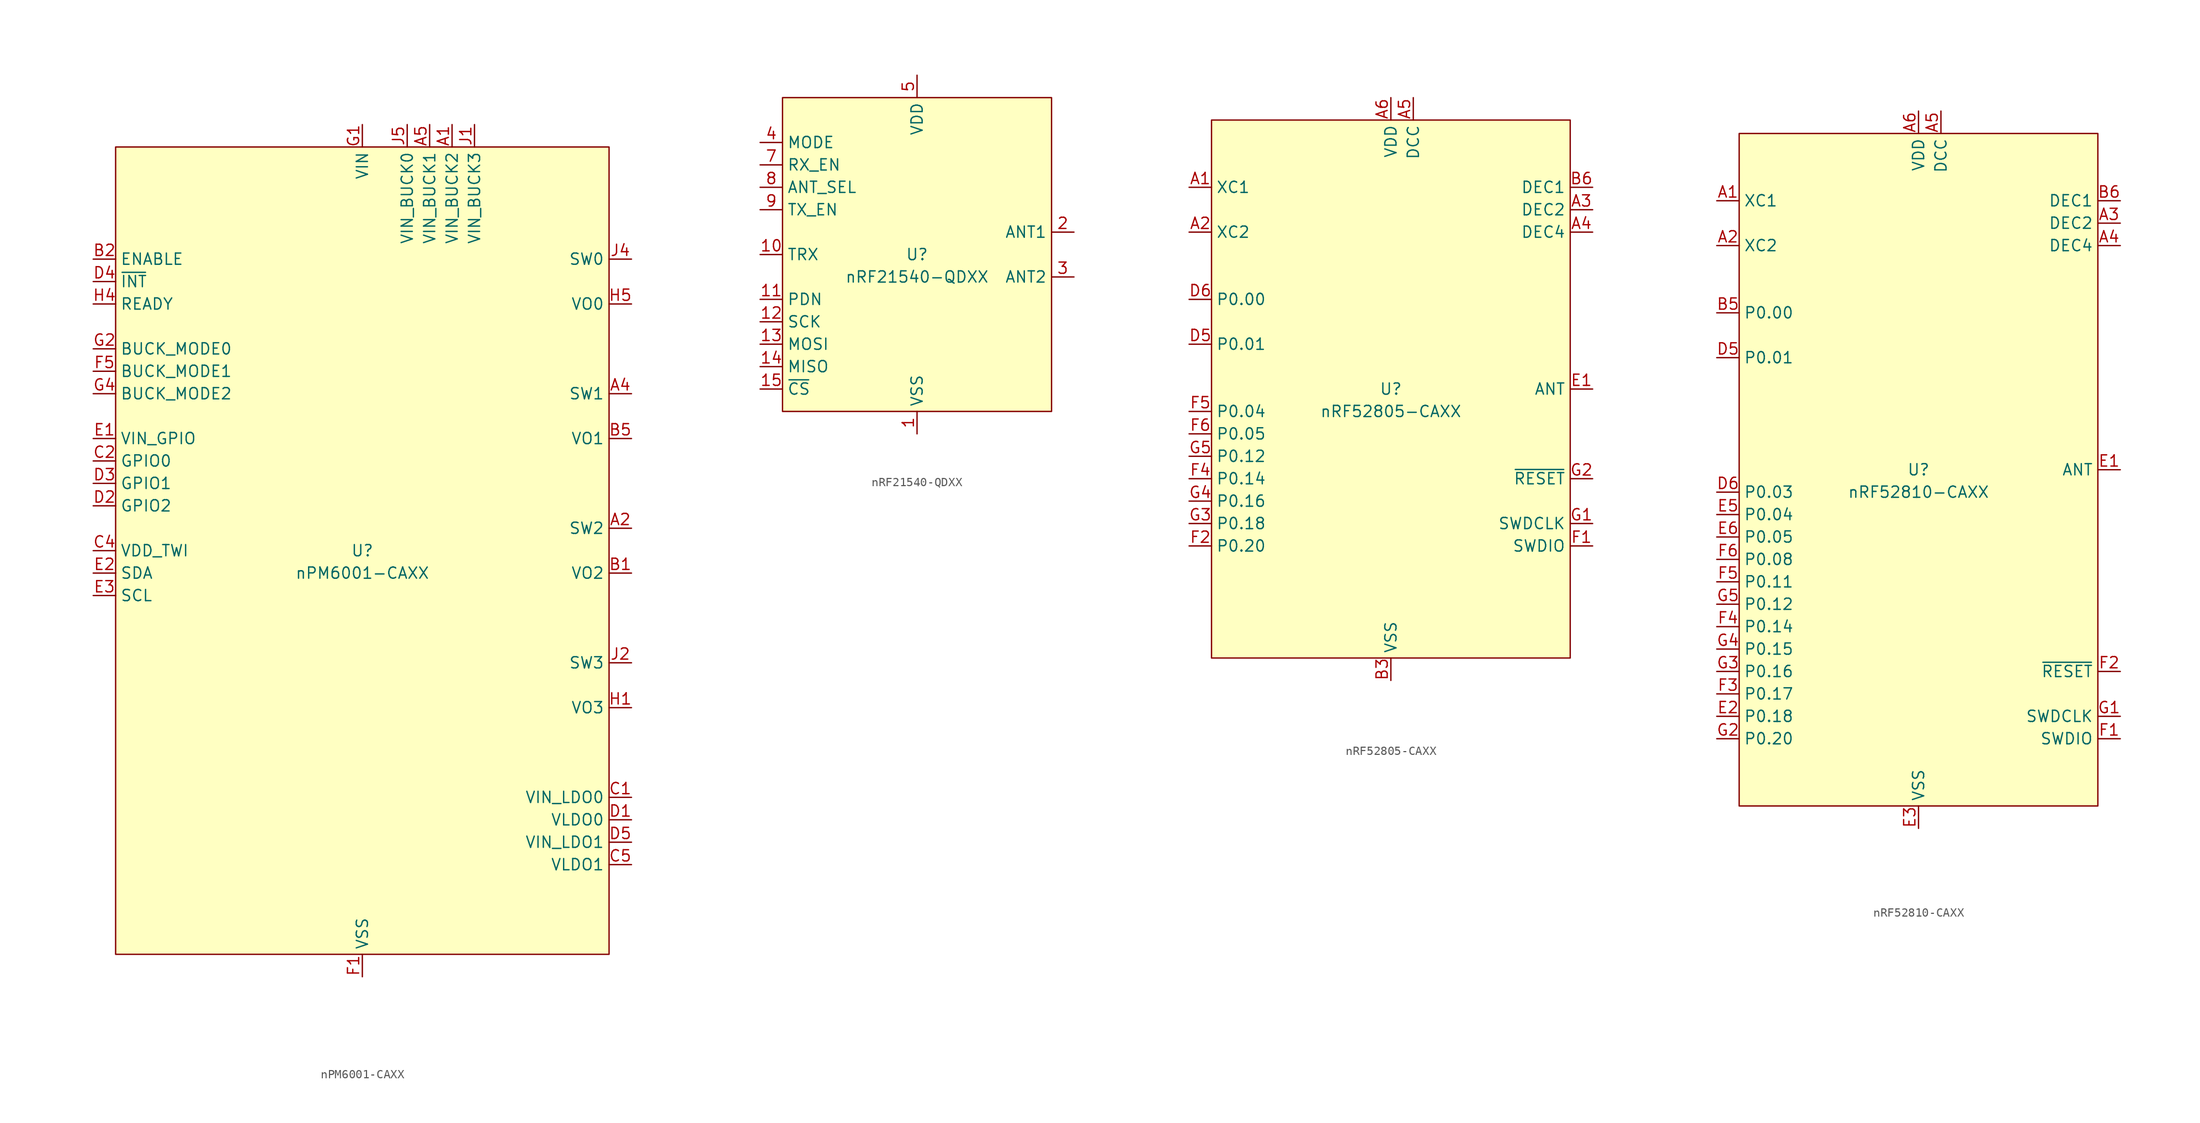
<source format=kicad_sym>
(kicad_symbol_lib
  (version 20241209)
  (generator "kicad_symbol_editor")
  (generator_version "9.0")
  (symbol "nPM6001-CAXX"
    (property "Reference" "U"
      (at 0 0 0)
      (do_not_autoplace)
      (effects (font (size 1.27 1.27))))
    (property "Value" "nPM6001-CAXX"
      (at 0 -2.54 0)
      (do_not_autoplace)
      (effects (font (size 1.27 1.27))))
    (symbol "nPM6001-CAXX_0_0"
      (pin bidirectional line (at -30.48 33.02 0) (length 2.54) (name "ENABLE" (effects (font (size 1.27 1.27)))) (number "B2" (effects (font (size 1.27 1.27)))))
      (pin bidirectional line (at -30.48 27.94 0) (length 2.54) (name "READY" (effects (font (size 1.27 1.27)))) (number "H4" (effects (font (size 1.27 1.27)))))
      (pin bidirectional line (at -30.48 22.86 0) (length 2.54) (name "BUCK_MODE0" (effects (font (size 1.27 1.27)))) (number "G2" (effects (font (size 1.27 1.27)))))
      (pin bidirectional line (at -30.48 20.32 0) (length 2.54) (name "BUCK_MODE1" (effects (font (size 1.27 1.27)))) (number "F5" (effects (font (size 1.27 1.27)))))
      (pin bidirectional line (at -30.48 17.78 0) (length 2.54) (name "BUCK_MODE2" (effects (font (size 1.27 1.27)))) (number "G4" (effects (font (size 1.27 1.27)))))
      (pin power_in line (at -30.48 12.7 0) (length 2.54) (name "VIN_GPIO" (effects (font (size 1.27 1.27)))) (number "E1" (effects (font (size 1.27 1.27)))))
      (pin bidirectional line (at -30.48 10.16 0) (length 2.54) (name "GPIO0" (effects (font (size 1.27 1.27)))) (number "C2" (effects (font (size 1.27 1.27)))))
      (pin bidirectional line (at -30.48 7.62 0) (length 2.54) (name "GPIO1" (effects (font (size 1.27 1.27)))) (number "D3" (effects (font (size 1.27 1.27)))))
      (pin bidirectional line (at -30.48 5.08 0) (length 2.54) (name "GPIO2" (effects (font (size 1.27 1.27)))) (number "D2" (effects (font (size 1.27 1.27)))))
      (pin power_in line (at -30.48 0 0) (length 2.54) (name "VDD_TWI" (effects (font (size 1.27 1.27)))) (number "C4" (effects (font (size 1.27 1.27)))))
      (pin bidirectional line (at -30.48 -2.54 0) (length 2.54) (name "SDA" (effects (font (size 1.27 1.27)))) (number "E2" (effects (font (size 1.27 1.27)))))
      (pin bidirectional line (at -30.48 -5.08 0) (length 2.54) (name "SCL" (effects (font (size 1.27 1.27)))) (number "E3" (effects (font (size 1.27 1.27)))))
      (pin power_in line (at 0 48.26 270) (length 2.54) (name "VIN" (effects (font (size 1.27 1.27)))) (number "G1" (effects (font (size 1.27 1.27)))))
      (pin power_in line (at 5.08 48.26 270) (length 2.54) (name "VIN_BUCK0" (effects (font (size 1.27 1.27)))) (number "J5" (effects (font (size 1.27 1.27)))))
      (pin power_in line (at 7.62 48.26 270) (length 2.54) (name "VIN_BUCK1" (effects (font (size 1.27 1.27)))) (number "A5" (effects (font (size 1.27 1.27)))))
      (pin power_in line (at 10.16 48.26 270) (length 2.54) (name "VIN_BUCK2" (effects (font (size 1.27 1.27)))) (number "A1" (effects (font (size 1.27 1.27)))))
      (pin power_in line (at 12.7 48.26 270) (length 2.54) (name "VIN_BUCK3" (effects (font (size 1.27 1.27)))) (number "J1" (effects (font (size 1.27 1.27)))))
      (pin passive line (at 30.48 33.02 180) (length 2.54) (name "SW0" (effects (font (size 1.27 1.27)))) (number "J4" (effects (font (size 1.27 1.27)))))
      (pin passive line (at 30.48 17.78 180) (length 2.54) (name "SW1" (effects (font (size 1.27 1.27)))) (number "A4" (effects (font (size 1.27 1.27)))))
      (pin power_out line (at 30.48 12.7 180) (length 2.54) (name "VO1" (effects (font (size 1.27 1.27)))) (number "B5" (effects (font (size 1.27 1.27)))))
      (pin passive line (at 30.48 2.54 180) (length 2.54) (name "SW2" (effects (font (size 1.27 1.27)))) (number "A2" (effects (font (size 1.27 1.27)))))
      (pin power_out line (at 30.48 -2.54 180) (length 2.54) (name "VO2" (effects (font (size 1.27 1.27)))) (number "B1" (effects (font (size 1.27 1.27)))))
      (pin passive line (at 30.48 -12.7 180) (length 2.54) (name "SW3" (effects (font (size 1.27 1.27)))) (number "J2" (effects (font (size 1.27 1.27)))))
      (pin passive line (at 30.48 -17.78 180) (length 2.54) (name "VO3" (effects (font (size 1.27 1.27)))) (number "H1" (effects (font (size 1.27 1.27)))))
      (pin power_in line (at 30.48 -27.94 180) (length 2.54) (name "VIN_LDO0" (effects (font (size 1.27 1.27)))) (number "C1" (effects (font (size 1.27 1.27)))))
      (pin power_out line (at 30.48 -30.48 180) (length 2.54) (name "VLDO0" (effects (font (size 1.27 1.27)))) (number "D1" (effects (font (size 1.27 1.27)))))
      (pin power_in line (at 30.48 -33.02 180) (length 2.54) (name "VIN_LDO1" (effects (font (size 1.27 1.27)))) (number "D5" (effects (font (size 1.27 1.27)))))
      (pin power_out line (at 30.48 -35.56 180) (length 2.54) (name "VLDO1" (effects (font (size 1.27 1.27)))) (number "C5" (effects (font (size 1.27 1.27))))))
    (symbol "nPM6001-CAXX_1_0"
      (pin output line (at -30.48 30.48 0) (length 2.54) (name "~{INT}" (effects (font (size 1.27 1.27)))) (number "D4" (effects (font (size 1.27 1.27)))))
      (pin passive line (at 0 48.26 270) (length 2.54) (hide yes) (name "VIN_ANA" (effects (font (size 1.27 1.27)))) (number "F3" (effects (font (size 1.27 1.27)))))
      (pin passive line (at 0 -48.26 90) (length 2.54) (hide yes) (name "AVSS1_2" (effects (font (size 1.27 1.27)))) (number "A3" (effects (font (size 1.27 1.27)))))
      (pin passive line (at 0 -48.26 90) (length 2.54) (hide yes) (name "RESERVED" (effects (font (size 1.27 1.27)))) (number "B3" (effects (font (size 1.27 1.27)))))
      (pin passive line (at 0 -48.26 90) (length 2.54) (hide yes) (name "RESERVED" (effects (font (size 1.27 1.27)))) (number "E5" (effects (font (size 1.27 1.27)))))
      (pin power_in line (at 0 -48.26 90) (length 2.54) (name "VSS" (effects (font (size 1.27 1.27)))) (number "F1" (effects (font (size 1.27 1.27)))))
      (pin passive line (at 0 -48.26 90) (length 2.54) (hide yes) (name "AVSS_ANA" (effects (font (size 1.27 1.27)))) (number "F2" (effects (font (size 1.27 1.27)))))
      (pin passive line (at 0 -48.26 90) (length 2.54) (hide yes) (name "RESERVED" (effects (font (size 1.27 1.27)))) (number "F4" (effects (font (size 1.27 1.27)))))
      (pin passive line (at 0 -48.26 90) (length 2.54) (hide yes) (name "RESERVED" (effects (font (size 1.27 1.27)))) (number "G3" (effects (font (size 1.27 1.27)))))
      (pin passive line (at 0 -48.26 90) (length 2.54) (hide yes) (name "RESERVED" (effects (font (size 1.27 1.27)))) (number "H2" (effects (font (size 1.27 1.27)))))
      (pin passive line (at 0 -48.26 90) (length 2.54) (hide yes) (name "AVSS0" (effects (font (size 1.27 1.27)))) (number "H3" (effects (font (size 1.27 1.27)))))
      (pin passive line (at 0 -48.26 90) (length 2.54) (hide yes) (name "AVSS3" (effects (font (size 1.27 1.27)))) (number "J3" (effects (font (size 1.27 1.27)))))
      (pin passive line (at 30.48 27.94 180) (length 2.54) (hide yes) (name "RESERVED" (effects (font (size 1.27 1.27)))) (number "B4" (effects (font (size 1.27 1.27)))))
      (pin passive line (at 30.48 27.94 180) (length 2.54) (hide yes) (name "RESERVED" (effects (font (size 1.27 1.27)))) (number "C3" (effects (font (size 1.27 1.27)))))
      (pin passive line (at 30.48 27.94 180) (length 2.54) (hide yes) (name "RESERVED" (effects (font (size 1.27 1.27)))) (number "E4" (effects (font (size 1.27 1.27)))))
      (pin passive line (at 30.48 27.94 180) (length 2.54) (hide yes) (name "VO0_IN" (effects (font (size 1.27 1.27)))) (number "G5" (effects (font (size 1.27 1.27)))))
      (pin power_out line (at 30.48 27.94 180) (length 2.54) (name "VO0" (effects (font (size 1.27 1.27)))) (number "H5" (effects (font (size 1.27 1.27))))))
    (symbol "nPM6001-CAXX_1_1"
      (rectangle (start -27.94 45.72) (end 27.94 -45.72) (stroke (width 0) (type default)) (fill (type background)))))
  (symbol "nRF21540-QDXX"
    (property "Reference" "U"
      (at 0 0 0)
      (do_not_autoplace)
      (effects (font (size 1.27 1.27))))
    (property "Value" "nRF21540-QDXX"
      (at 0 -2.54 0)
      (do_not_autoplace)
      (effects (font (size 1.27 1.27))))
    (symbol "nRF21540-QDXX_1_0"
      (pin input line (at -17.78 12.7 0) (length 2.54) (name "MODE" (effects (font (size 1.27 1.27)))) (number "4" (effects (font (size 1.27 1.27)))))
      (pin input line (at -17.78 10.16 0) (length 2.54) (name "RX_EN" (effects (font (size 1.27 1.27)))) (number "7" (effects (font (size 1.27 1.27)))))
      (pin input line (at -17.78 7.62 0) (length 2.54) (name "ANT_SEL" (effects (font (size 1.27 1.27)))) (number "8" (effects (font (size 1.27 1.27)))))
      (pin input line (at -17.78 5.08 0) (length 2.54) (name "TX_EN" (effects (font (size 1.27 1.27)))) (number "9" (effects (font (size 1.27 1.27)))))
      (pin bidirectional line (at -17.78 0 0) (length 2.54) (name "TRX" (effects (font (size 1.27 1.27)))) (number "10" (effects (font (size 1.27 1.27)))))
      (pin input line (at -17.78 -5.08 0) (length 2.54) (name "PDN" (effects (font (size 1.27 1.27)))) (number "11" (effects (font (size 1.27 1.27)))))
      (pin input line (at -17.78 -7.62 0) (length 2.54) (name "SCK" (effects (font (size 1.27 1.27)))) (number "12" (effects (font (size 1.27 1.27)))))
      (pin input line (at -17.78 -10.16 0) (length 2.54) (name "MOSI" (effects (font (size 1.27 1.27)))) (number "13" (effects (font (size 1.27 1.27)))))
      (pin output line (at -17.78 -12.7 0) (length 2.54) (name "MISO" (effects (font (size 1.27 1.27)))) (number "14" (effects (font (size 1.27 1.27)))))
      (pin input line (at -17.78 -15.24 0) (length 2.54) (name "~{CS}" (effects (font (size 1.27 1.27)))) (number "15" (effects (font (size 1.27 1.27)))))
      (pin power_in line (at 0 20.32 270) (length 2.54) (name "VDD" (effects (font (size 1.27 1.27)))) (number "5" (effects (font (size 1.27 1.27)))))
      (pin passive line (at 0 20.32 270) (length 2.54) (hide yes) (name "VDD" (effects (font (size 1.27 1.27)))) (number "6" (effects (font (size 1.27 1.27)))))
      (pin power_in line (at 0 -20.32 90) (length 2.54) (name "VSS" (effects (font (size 1.27 1.27)))) (number "1" (effects (font (size 1.27 1.27)))))
      (pin passive line (at 0 -20.32 90) (length 2.54) (hide yes) (name "VSS" (effects (font (size 1.27 1.27)))) (number "16" (effects (font (size 1.27 1.27)))))
      (pin passive line (at 0 -20.32 90) (length 2.54) (hide yes) (name "VSS" (effects (font (size 1.27 1.27)))) (number "17" (effects (font (size 1.27 1.27)))))
      (pin bidirectional line (at 17.78 2.54 180) (length 2.54) (name "ANT1" (effects (font (size 1.27 1.27)))) (number "2" (effects (font (size 1.27 1.27)))))
      (pin bidirectional line (at 17.78 -2.54 180) (length 2.54) (name "ANT2" (effects (font (size 1.27 1.27)))) (number "3" (effects (font (size 1.27 1.27))))))
    (symbol "nRF21540-QDXX_1_1"
      (rectangle (start -15.24 17.78) (end 15.24 -17.78) (stroke (width 0) (type default)) (fill (type background)))))
  (symbol "nRF52805-CAXX"
    (property "Reference" "U"
      (at 0 0 0)
      (do_not_autoplace)
      (effects (font (size 1.27 1.27))))
    (property "Value" "nRF52805-CAXX"
      (at 0 -2.54 0)
      (do_not_autoplace)
      (effects (font (size 1.27 1.27))))
    (symbol "nRF52805-CAXX_1_0"
      (pin bidirectional line (at -22.86 10.16 0) (length 2.54) (name "P0.00" (effects (font (size 1.27 1.27)))) (number "D6" (effects (font (size 1.27 1.27)))) (alternate "XL1" input line))
      (pin bidirectional line (at -22.86 5.08 0) (length 2.54) (name "P0.01" (effects (font (size 1.27 1.27)))) (number "D5" (effects (font (size 1.27 1.27)))) (alternate "XL2" input line))
      (pin bidirectional line (at -22.86 -2.54 0) (length 2.54) (name "P0.04" (effects (font (size 1.27 1.27)))) (number "F5" (effects (font (size 1.27 1.27)))) (alternate "AIN2" input line))
      (pin bidirectional line (at -22.86 -5.08 0) (length 2.54) (name "P0.05" (effects (font (size 1.27 1.27)))) (number "F6" (effects (font (size 1.27 1.27)))) (alternate "AIN3" input line))
      (pin bidirectional line (at -22.86 -7.62 0) (length 2.54) (name "P0.12" (effects (font (size 1.27 1.27)))) (number "G5" (effects (font (size 1.27 1.27)))))
      (pin bidirectional line (at -22.86 -10.16 0) (length 2.54) (name "P0.14" (effects (font (size 1.27 1.27)))) (number "F4" (effects (font (size 1.27 1.27)))))
      (pin bidirectional line (at -22.86 -12.7 0) (length 2.54) (name "P0.16" (effects (font (size 1.27 1.27)))) (number "G4" (effects (font (size 1.27 1.27)))))
      (pin bidirectional line (at -22.86 -15.24 0) (length 2.54) (name "P0.18" (effects (font (size 1.27 1.27)))) (number "G3" (effects (font (size 1.27 1.27)))))
      (pin bidirectional line (at -22.86 -17.78 0) (length 2.54) (name "P0.20" (effects (font (size 1.27 1.27)))) (number "F2" (effects (font (size 1.27 1.27)))))
      (pin power_in line (at 0 33.02 270) (length 2.54) (name "VDD" (effects (font (size 1.27 1.27)))) (number "A6" (effects (font (size 1.27 1.27)))))
      (pin power_in line (at 0 33.02 270) (length 2.54) (hide yes) (name "VDD" (effects (font (size 1.27 1.27)))) (number "G6" (effects (font (size 1.27 1.27)))))
      (pin power_in line (at 0 -33.02 90) (length 2.54) (name "VSS" (effects (font (size 1.27 1.27)))) (number "B3" (effects (font (size 1.27 1.27)))))
      (pin passive line (at 0 -33.02 90) (length 2.54) (hide yes) (name "VSS" (effects (font (size 1.27 1.27)))) (number "B4" (effects (font (size 1.27 1.27)))))
      (pin passive line (at 0 -33.02 90) (length 2.54) (hide yes) (name "VSS_PA" (effects (font (size 1.27 1.27)))) (number "C1" (effects (font (size 1.27 1.27)))))
      (pin passive line (at 0 -33.02 90) (length 2.54) (hide yes) (name "VSS" (effects (font (size 1.27 1.27)))) (number "D3" (effects (font (size 1.27 1.27)))))
      (pin passive line (at 0 -33.02 90) (length 2.54) (hide yes) (name "VSS" (effects (font (size 1.27 1.27)))) (number "D4" (effects (font (size 1.27 1.27)))))
      (pin passive line (at 0 -33.02 90) (length 2.54) (hide yes) (name "VSS" (effects (font (size 1.27 1.27)))) (number "E3" (effects (font (size 1.27 1.27)))))
      (pin passive line (at 0 -33.02 90) (length 2.54) (hide yes) (name "VSS" (effects (font (size 1.27 1.27)))) (number "E4" (effects (font (size 1.27 1.27)))))
      (pin power_out line (at 2.54 33.02 270) (length 2.54) (name "DCC" (effects (font (size 1.27 1.27)))) (number "A5" (effects (font (size 1.27 1.27)))))
      (pin passive line (at 22.86 22.86 180) (length 2.54) (name "DEC1" (effects (font (size 1.27 1.27)))) (number "B6" (effects (font (size 1.27 1.27)))))
      (pin passive line (at 22.86 20.32 180) (length 2.54) (name "DEC2" (effects (font (size 1.27 1.27)))) (number "A3" (effects (font (size 1.27 1.27)))))
      (pin passive line (at 22.86 17.78 180) (length 2.54) (name "DEC4" (effects (font (size 1.27 1.27)))) (number "A4" (effects (font (size 1.27 1.27)))))
      (pin bidirectional line (at 22.86 0 180) (length 2.54) (name "ANT" (effects (font (size 1.27 1.27)))) (number "E1" (effects (font (size 1.27 1.27)))))
      (pin input line (at 22.86 -10.16 180) (length 2.54) (name "~{RESET}" (effects (font (size 1.27 1.27)))) (number "G2" (effects (font (size 1.27 1.27)))) (alternate "P0.21" bidirectional line))
      (pin input line (at 22.86 -15.24 180) (length 2.54) (name "SWDCLK" (effects (font (size 1.27 1.27)))) (number "G1" (effects (font (size 1.27 1.27)))))
      (pin bidirectional line (at 22.86 -17.78 180) (length 2.54) (name "SWDIO" (effects (font (size 1.27 1.27)))) (number "F1" (effects (font (size 1.27 1.27))))))
    (symbol "nRF52805-CAXX_1_1"
      (rectangle (start -20.32 30.48) (end 20.32 -30.48) (stroke (width 0) (type default)) (fill (type background)))
      (pin input line (at -22.86 22.86 0) (length 2.54) (name "XC1" (effects (font (size 1.27 1.27)))) (number "A1" (effects (font (size 1.27 1.27)))))
      (pin input line (at -22.86 17.78 0) (length 2.54) (name "XC2" (effects (font (size 1.27 1.27)))) (number "A2" (effects (font (size 1.27 1.27)))))))
  (symbol "nRF52810-CAXX"
    (property "Reference" "U"
      (at 0 0 0)
      (do_not_autoplace)
      (effects (font (size 1.27 1.27))))
    (property "Value" "nRF52810-CAXX"
      (at 0 -2.54 0)
      (do_not_autoplace)
      (effects (font (size 1.27 1.27))))
    (symbol "nRF52810-CAXX_0_0"
      (pin input line (at -22.86 30.48 0) (length 2.54) (name "XC1" (effects (font (size 1.27 1.27)))) (number "A1" (effects (font (size 1.27 1.27)))))
      (pin input line (at -22.86 25.4 0) (length 2.54) (name "XC2" (effects (font (size 1.27 1.27)))) (number "A2" (effects (font (size 1.27 1.27)))))
      (pin bidirectional line (at -22.86 -10.16 0) (length 2.54) (name "P0.08" (effects (font (size 1.27 1.27)))) (number "F6" (effects (font (size 1.27 1.27)))))
      (pin bidirectional line (at -22.86 -12.7 0) (length 2.54) (name "P0.11" (effects (font (size 1.27 1.27)))) (number "F5" (effects (font (size 1.27 1.27)))))
      (pin bidirectional line (at -22.86 -15.24 0) (length 2.54) (name "P0.12" (effects (font (size 1.27 1.27)))) (number "G5" (effects (font (size 1.27 1.27)))))
      (pin bidirectional line (at -22.86 -17.78 0) (length 2.54) (name "P0.14" (effects (font (size 1.27 1.27)))) (number "F4" (effects (font (size 1.27 1.27)))))
      (pin bidirectional line (at -22.86 -20.32 0) (length 2.54) (name "P0.15" (effects (font (size 1.27 1.27)))) (number "G4" (effects (font (size 1.27 1.27)))))
      (pin bidirectional line (at -22.86 -22.86 0) (length 2.54) (name "P0.16" (effects (font (size 1.27 1.27)))) (number "G3" (effects (font (size 1.27 1.27)))))
      (pin bidirectional line (at -22.86 -25.4 0) (length 2.54) (name "P0.17" (effects (font (size 1.27 1.27)))) (number "F3" (effects (font (size 1.27 1.27)))))
      (pin bidirectional line (at -22.86 -27.94 0) (length 2.54) (name "P0.18" (effects (font (size 1.27 1.27)))) (number "E2" (effects (font (size 1.27 1.27)))))
      (pin bidirectional line (at -22.86 -30.48 0) (length 2.54) (name "P0.20" (effects (font (size 1.27 1.27)))) (number "G2" (effects (font (size 1.27 1.27)))))
      (pin power_in line (at 0 40.64 270) (length 2.54) (name "VDD" (effects (font (size 1.27 1.27)))) (number "A6" (effects (font (size 1.27 1.27)))))
      (pin power_in line (at 0 -40.64 90) (length 2.54) (name "VSS" (effects (font (size 1.27 1.27)))) (number "E3" (effects (font (size 1.27 1.27)))))
      (pin power_out line (at 2.54 40.64 270) (length 2.54) (name "DCC" (effects (font (size 1.27 1.27)))) (number "A5" (effects (font (size 1.27 1.27)))))
      (pin bidirectional line (at 22.86 0 180) (length 2.54) (name "ANT" (effects (font (size 1.27 1.27)))) (number "E1" (effects (font (size 1.27 1.27)))))
      (pin input line (at 22.86 -27.94 180) (length 2.54) (name "SWDCLK" (effects (font (size 1.27 1.27)))) (number "G1" (effects (font (size 1.27 1.27)))))
      (pin bidirectional line (at 22.86 -30.48 180) (length 2.54) (name "SWDIO" (effects (font (size 1.27 1.27)))) (number "F1" (effects (font (size 1.27 1.27))))))
    (symbol "nRF52810-CAXX_1_0"
      (pin bidirectional line (at -22.86 17.78 0) (length 2.54) (name "P0.00" (effects (font (size 1.27 1.27)))) (number "B5" (effects (font (size 1.27 1.27)))) (alternate "XL1" input line))
      (pin bidirectional line (at -22.86 12.7 0) (length 2.54) (name "P0.01" (effects (font (size 1.27 1.27)))) (number "D5" (effects (font (size 1.27 1.27)))) (alternate "XL2" input line))
      (pin bidirectional line (at -22.86 -2.54 0) (length 2.54) (name "P0.03" (effects (font (size 1.27 1.27)))) (number "D6" (effects (font (size 1.27 1.27)))) (alternate "AIN1" input line))
      (pin bidirectional line (at -22.86 -5.08 0) (length 2.54) (name "P0.04" (effects (font (size 1.27 1.27)))) (number "E5" (effects (font (size 1.27 1.27)))) (alternate "AIN2" input line))
      (pin bidirectional line (at -22.86 -7.62 0) (length 2.54) (name "P0.05" (effects (font (size 1.27 1.27)))) (number "E6" (effects (font (size 1.27 1.27)))) (alternate "AIN3" input line))
      (pin passive line (at 0 40.64 270) (length 2.54) (hide yes) (name "VDD" (effects (font (size 1.27 1.27)))) (number "G6" (effects (font (size 1.27 1.27)))))
      (pin passive line (at 0 -40.64 90) (length 2.54) (hide yes) (name "VSS" (effects (font (size 1.27 1.27)))) (number "B3" (effects (font (size 1.27 1.27)))))
      (pin passive line (at 0 -40.64 90) (length 2.54) (hide yes) (name "VSS" (effects (font (size 1.27 1.27)))) (number "B4" (effects (font (size 1.27 1.27)))))
      (pin passive line (at 0 -40.64 90) (length 2.54) (hide yes) (name "VSS_PA" (effects (font (size 1.27 1.27)))) (number "C1" (effects (font (size 1.27 1.27)))))
      (pin passive line (at 0 -40.64 90) (length 2.54) (hide yes) (name "VSS" (effects (font (size 1.27 1.27)))) (number "D3" (effects (font (size 1.27 1.27)))))
      (pin passive line (at 0 -40.64 90) (length 2.54) (hide yes) (name "VSS" (effects (font (size 1.27 1.27)))) (number "D4" (effects (font (size 1.27 1.27)))))
      (pin passive line (at 0 -40.64 90) (length 2.54) (hide yes) (name "VSS" (effects (font (size 1.27 1.27)))) (number "E4" (effects (font (size 1.27 1.27)))))
      (pin passive line (at 22.86 30.48 180) (length 2.54) (name "DEC1" (effects (font (size 1.27 1.27)))) (number "B6" (effects (font (size 1.27 1.27)))))
      (pin passive line (at 22.86 27.94 180) (length 2.54) (name "DEC2" (effects (font (size 1.27 1.27)))) (number "A3" (effects (font (size 1.27 1.27)))))
      (pin passive line (at 22.86 25.4 180) (length 2.54) (name "DEC4" (effects (font (size 1.27 1.27)))) (number "A4" (effects (font (size 1.27 1.27)))))
      (pin input line (at 22.86 -22.86 180) (length 2.54) (name "~{RESET}" (effects (font (size 1.27 1.27)))) (number "F2" (effects (font (size 1.27 1.27)))) (alternate "P0.21" bidirectional line)))
    (symbol "nRF52810-CAXX_1_1"
      (rectangle (start -20.32 38.1) (end 20.32 -38.1) (stroke (width 0) (type default)) (fill (type background))))))
</source>
